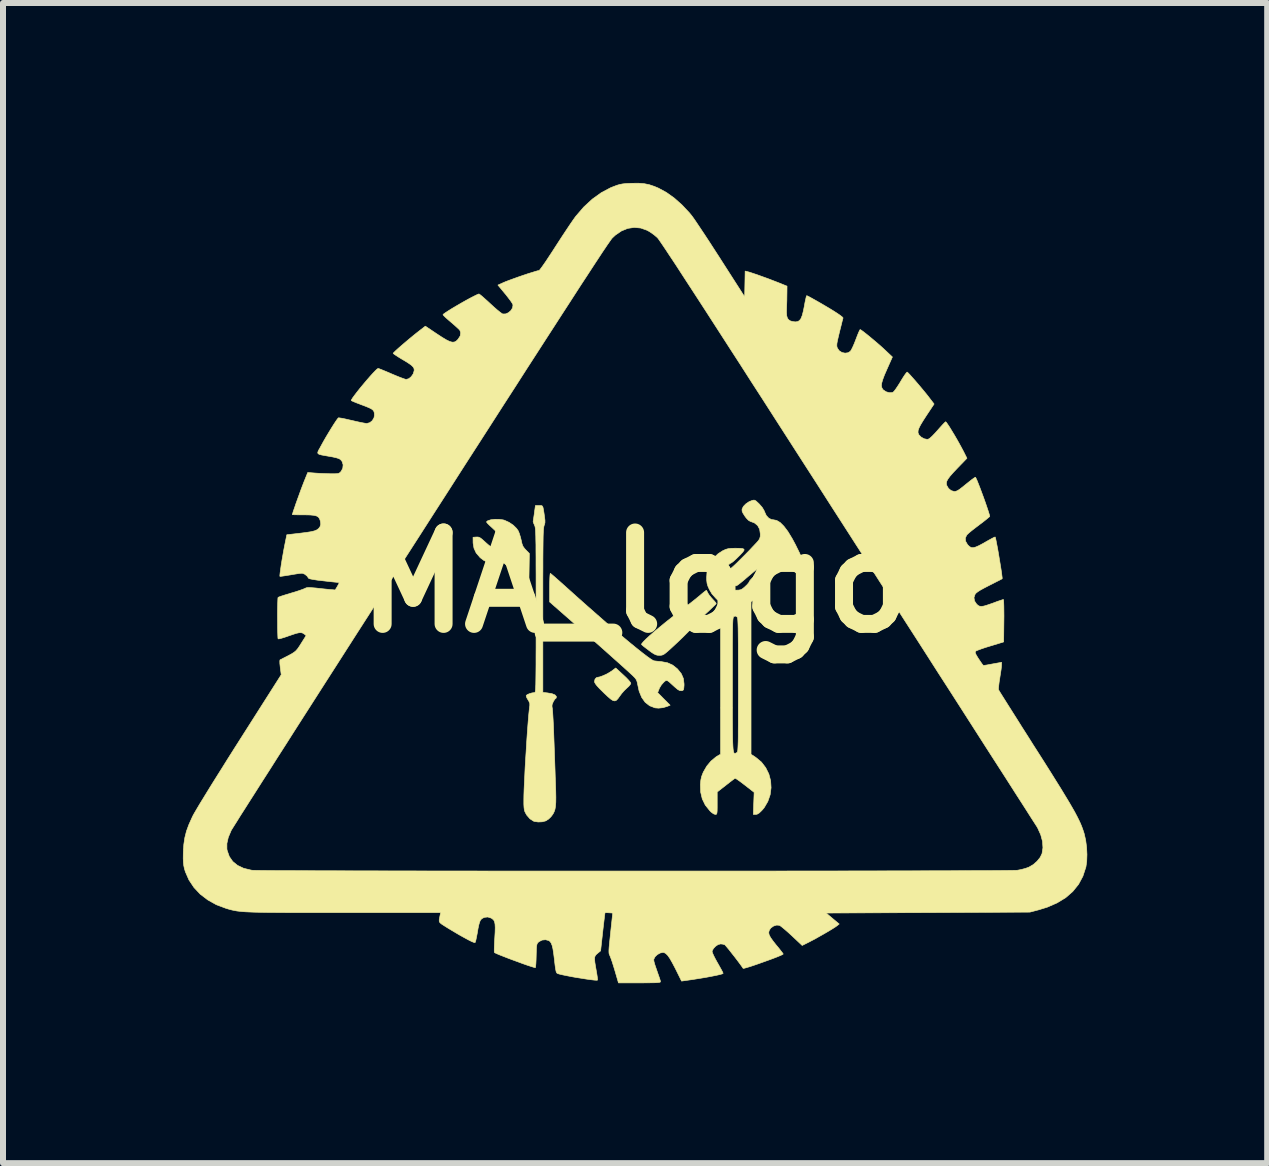
<source format=kicad_pcb>
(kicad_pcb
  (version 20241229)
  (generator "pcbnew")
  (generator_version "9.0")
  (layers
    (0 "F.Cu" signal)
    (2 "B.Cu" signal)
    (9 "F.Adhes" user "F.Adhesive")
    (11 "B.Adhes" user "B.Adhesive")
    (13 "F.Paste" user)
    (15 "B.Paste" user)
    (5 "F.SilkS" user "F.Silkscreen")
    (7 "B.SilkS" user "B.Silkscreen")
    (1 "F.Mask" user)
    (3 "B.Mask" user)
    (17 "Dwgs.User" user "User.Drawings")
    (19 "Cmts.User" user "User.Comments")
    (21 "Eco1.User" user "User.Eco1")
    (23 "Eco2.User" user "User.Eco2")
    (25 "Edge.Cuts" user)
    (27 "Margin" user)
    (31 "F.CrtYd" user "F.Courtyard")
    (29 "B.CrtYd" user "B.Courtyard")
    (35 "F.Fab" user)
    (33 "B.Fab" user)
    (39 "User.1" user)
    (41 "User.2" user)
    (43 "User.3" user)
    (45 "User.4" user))
  (footprint "MA_logo"
    (layer "F.Cu")
    (at 7.539 6.663)
    (property "Reference" "MA_logo" (at 0 0 0) (layer "F.SilkS") (effects (font (size 1.524 1.524) (thickness 0.3))))
    (attr through_hole)
    (fp_poly (pts (xy -0.197 1.54) (xy -0.148 1.586) (xy -0.108 1.628) (xy -0.081 1.661) (xy -0.071 1.679) (xy -0.071 1.679) (xy -0.081 1.701) (xy -0.107 1.732) (xy -0.134 1.756) (xy -0.177 1.797) (xy -0.223 1.849) (xy -0.255 1.892) (xy -0.285 1.934) (xy -0.311 1.962) (xy -0.337 1.973) (xy -0.367 1.968) (xy -0.404 1.945) (xy -0.452 1.904) (xy -0.516 1.844) (xy -0.529 1.831) (xy -0.592 1.769) (xy -0.635 1.722) (xy -0.662 1.687) (xy -0.675 1.662) (xy -0.677 1.65) (xy -0.668 1.61) (xy -0.644 1.585) (xy -0.626 1.58) (xy -0.59 1.573) (xy -0.54 1.555) (xy -0.483 1.53) (xy -0.429 1.5) (xy -0.387 1.473) (xy -0.323 1.424) (xy -0.197 1.54)) (stroke (width 0.01) (type solid)) (fill yes) (layer "F.SilkS"))
    (fp_poly (pts (xy -2.266 -1.054) (xy -2.2 -1.045) (xy -2.179 -1.039) (xy -2.102 -1.004) (xy -2.032 -0.957) (xy -1.976 -0.902) (xy -1.947 -0.86) (xy -1.929 -0.815) (xy -1.911 -0.756) (xy -1.898 -0.703) (xy -1.885 -0.645) (xy -1.869 -0.604) (xy -1.844 -0.569) (xy -1.821 -0.544) (xy -1.763 -0.485) (xy -1.767 -0.23) (xy -1.771 0.024) (xy -1.979 -0.15) (xy -2.187 -0.325) (xy -2.308 -0.325) (xy -2.396 -0.329) (xy -2.465 -0.342) (xy -2.522 -0.369) (xy -2.576 -0.41) (xy -2.587 -0.42) (xy -2.65 -0.494) (xy -2.686 -0.572) (xy -2.701 -0.659) (xy -2.701 -0.67) (xy -2.702 -0.755) (xy -2.65 -0.759) (xy -2.617 -0.759) (xy -2.588 -0.749) (xy -2.555 -0.725) (xy -2.53 -0.703) (xy -2.477 -0.655) (xy -2.44 -0.623) (xy -2.416 -0.605) (xy -2.398 -0.599) (xy -2.383 -0.601) (xy -2.366 -0.609) (xy -2.358 -0.613) (xy -2.311 -0.652) (xy -2.281 -0.709) (xy -2.272 -0.765) (xy -2.274 -0.789) (xy -2.285 -0.812) (xy -2.307 -0.84) (xy -2.345 -0.878) (xy -2.381 -0.912) (xy -2.429 -0.956) (xy -2.459 -0.986) (xy -2.474 -1.004) (xy -2.475 -1.016) (xy -2.465 -1.025) (xy -2.456 -1.03) (xy -2.405 -1.047) (xy -2.338 -1.055) (xy -2.266 -1.054)) (stroke (width 0.01) (type solid)) (fill yes) (layer "F.SilkS"))
    (fp_poly (pts (xy 1.198 0.144) (xy 1.213 0.173) (xy 1.214 0.176) (xy 1.236 0.21) (xy 1.269 0.251) (xy 1.295 0.28) (xy 1.327 0.314) (xy 1.347 0.34) (xy 1.352 0.352) (xy 1.341 0.365) (xy 1.312 0.393) (xy 1.27 0.433) (xy 1.219 0.482) (xy 1.192 0.506) (xy 1.129 0.566) (xy 1.066 0.628) (xy 1.01 0.687) (xy 0.966 0.734) (xy 0.96 0.742) (xy 0.924 0.782) (xy 0.872 0.835) (xy 0.809 0.898) (xy 0.741 0.964) (xy 0.677 1.024) (xy 0.607 1.089) (xy 0.554 1.137) (xy 0.515 1.17) (xy 0.485 1.193) (xy 0.462 1.205) (xy 0.442 1.211) (xy 0.421 1.213) (xy 0.407 1.213) (xy 0.373 1.212) (xy 0.344 1.204) (xy 0.31 1.187) (xy 0.266 1.158) (xy 0.229 1.13) (xy 0.18 1.093) (xy 0.14 1.062) (xy 0.114 1.039) (xy 0.107 1.033) (xy 0.113 1.016) (xy 0.14 0.984) (xy 0.185 0.939) (xy 0.247 0.882) (xy 0.323 0.816) (xy 0.413 0.741) (xy 0.513 0.659) (xy 0.622 0.573) (xy 0.738 0.484) (xy 0.761 0.466) (xy 0.839 0.407) (xy 0.917 0.347) (xy 0.988 0.291) (xy 1.047 0.243) (xy 1.09 0.208) (xy 1.09 0.207) (xy 1.133 0.171) (xy 1.167 0.144) (xy 1.187 0.13) (xy 1.19 0.129) (xy 1.198 0.144)) (stroke (width 0.01) (type solid)) (fill yes) (layer "F.SilkS"))
    (fp_poly (pts (xy -1.398 -0.142) (xy -1.367 -0.116) (xy -1.32 -0.075) (xy -1.262 -0.024) (xy -1.195 0.036) (xy -1.147 0.079) (xy -0.97 0.238) (xy -0.798 0.391) (xy -0.634 0.535) (xy -0.479 0.671) (xy -0.333 0.796) (xy -0.199 0.91) (xy -0.078 1.011) (xy 0.03 1.099) (xy 0.123 1.173) (xy 0.2 1.232) (xy 0.26 1.274) (xy 0.3 1.299) (xy 0.316 1.305) (xy 0.346 1.309) (xy 0.392 1.314) (xy 0.435 1.318) (xy 0.539 1.337) (xy 0.626 1.376) (xy 0.704 1.438) (xy 0.711 1.446) (xy 0.771 1.521) (xy 0.805 1.6) (xy 0.816 1.689) (xy 0.816 1.715) (xy 0.812 1.762) (xy 0.806 1.788) (xy 0.794 1.799) (xy 0.773 1.804) (xy 0.773 1.804) (xy 0.745 1.801) (xy 0.714 1.785) (xy 0.673 1.751) (xy 0.66 1.74) (xy 0.605 1.69) (xy 0.568 1.656) (xy 0.542 1.638) (xy 0.524 1.632) (xy 0.508 1.637) (xy 0.49 1.651) (xy 0.475 1.665) (xy 0.438 1.707) (xy 0.407 1.758) (xy 0.401 1.773) (xy 0.376 1.836) (xy 0.48 1.941) (xy 0.584 2.045) (xy 0.535 2.065) (xy 0.465 2.086) (xy 0.392 2.094) (xy 0.332 2.089) (xy 0.242 2.054) (xy 0.168 1.996) (xy 0.11 1.915) (xy 0.067 1.81) (xy 0.043 1.699) (xy 0.033 1.653) (xy 0.02 1.619) (xy -0.004 1.587) (xy -0.043 1.548) (xy -0.046 1.545) (xy -0.094 1.501) (xy -0.161 1.44) (xy -0.245 1.364) (xy -0.344 1.276) (xy -0.455 1.177) (xy -0.576 1.069) (xy -0.705 0.955) (xy -0.84 0.836) (xy -0.979 0.714) (xy -1.027 0.672) (xy -1.425 0.323) (xy -1.425 0.083) (xy -1.424 -0.004) (xy -1.422 -0.074) (xy -1.419 -0.124) (xy -1.415 -0.15) (xy -1.412 -0.153) (xy -1.398 -0.142)) (stroke (width 0.01) (type solid)) (fill yes) (layer "F.SilkS"))
    (fp_poly (pts (xy 1.993 -1.373) (xy 2.015 -1.361) (xy 2.045 -1.334) (xy 2.069 -1.311) (xy 2.121 -1.251) (xy 2.153 -1.196) (xy 2.158 -1.182) (xy 2.187 -1.118) (xy 2.229 -1.073) (xy 2.278 -1.049) (xy 2.304 -1.047) (xy 2.36 -1.036) (xy 2.419 -1.001) (xy 2.481 -0.939) (xy 2.547 -0.852) (xy 2.617 -0.737) (xy 2.671 -0.637) (xy 2.742 -0.493) (xy 2.798 -0.361) (xy 2.845 -0.232) (xy 2.886 -0.094) (xy 2.901 -0.039) (xy 2.917 0.031) (xy 2.925 0.077) (xy 2.923 0.106) (xy 2.91 0.121) (xy 2.885 0.126) (xy 2.863 0.127) (xy 2.84 0.123) (xy 2.823 0.109) (xy 2.806 0.077) (xy 2.793 0.046) (xy 2.728 -0.093) (xy 2.651 -0.211) (xy 2.604 -0.266) (xy 2.566 -0.311) (xy 2.535 -0.353) (xy 2.516 -0.383) (xy 2.515 -0.385) (xy 2.493 -0.419) (xy 2.465 -0.432) (xy 2.424 -0.426) (xy 2.387 -0.411) (xy 2.332 -0.388) (xy 2.269 -0.367) (xy 2.248 -0.361) (xy 2.22 -0.352) (xy 2.189 -0.337) (xy 2.152 -0.314) (xy 2.107 -0.283) (xy 2.051 -0.24) (xy 1.982 -0.183) (xy 1.897 -0.112) (xy 1.794 -0.024) (xy 1.792 -0.023) (xy 1.748 0.013) (xy 1.711 0.041) (xy 1.686 0.055) (xy 1.682 0.056) (xy 1.662 0.048) (xy 1.629 0.025) (xy 1.594 -0.004) (xy 1.555 -0.039) (xy 1.534 -0.065) (xy 1.526 -0.092) (xy 1.525 -0.12) (xy 1.527 -0.15) (xy 1.537 -0.175) (xy 1.558 -0.201) (xy 1.595 -0.235) (xy 1.61 -0.247) (xy 1.647 -0.28) (xy 1.699 -0.329) (xy 1.76 -0.39) (xy 1.828 -0.458) (xy 1.896 -0.527) (xy 1.96 -0.595) (xy 2.017 -0.655) (xy 2.054 -0.696) (xy 2.076 -0.729) (xy 2.087 -0.769) (xy 2.088 -0.809) (xy 2.077 -0.888) (xy 2.044 -0.95) (xy 1.989 -0.995) (xy 1.919 -1.021) (xy 1.889 -1.039) (xy 1.853 -1.077) (xy 1.83 -1.108) (xy 1.8 -1.155) (xy 1.785 -1.188) (xy 1.783 -1.216) (xy 1.785 -1.228) (xy 1.806 -1.27) (xy 1.847 -1.312) (xy 1.9 -1.348) (xy 1.944 -1.366) (xy 1.972 -1.374) (xy 1.993 -1.373)) (stroke (width 0.01) (type solid)) (fill yes) (layer "F.SilkS"))
    (fp_poly (pts (xy -1.558 -1.283) (xy -1.545 -1.274) (xy -1.536 -1.255) (xy -1.529 -1.221) (xy -1.52 -1.167) (xy -1.51 -1.097) (xy -1.503 -1.039) (xy -1.503 -0.998) (xy -1.512 -0.962) (xy -1.517 -0.951) (xy -1.52 -0.94) (xy -1.523 -0.923) (xy -1.526 -0.898) (xy -1.529 -0.865) (xy -1.531 -0.822) (xy -1.533 -0.766) (xy -1.534 -0.696) (xy -1.535 -0.611) (xy -1.536 -0.509) (xy -1.537 -0.387) (xy -1.537 -0.246) (xy -1.538 -0.082) (xy -1.538 0.106) (xy -1.538 0.32) (xy -1.538 0.465) (xy -1.538 1.831) (xy -1.461 1.84) (xy -1.385 1.853) (xy -1.336 1.873) (xy -1.314 1.898) (xy -1.312 1.907) (xy -1.318 1.929) (xy -1.325 1.933) (xy -1.338 1.945) (xy -1.357 1.974) (xy -1.366 1.991) (xy -1.385 2.039) (xy -1.385 2.074) (xy -1.383 2.082) (xy -1.379 2.104) (xy -1.375 2.15) (xy -1.371 2.217) (xy -1.366 2.301) (xy -1.361 2.399) (xy -1.357 2.507) (xy -1.355 2.564) (xy -1.35 2.695) (xy -1.345 2.837) (xy -1.34 2.982) (xy -1.335 3.121) (xy -1.331 3.248) (xy -1.327 3.352) (xy -1.323 3.479) (xy -1.321 3.581) (xy -1.322 3.662) (xy -1.327 3.727) (xy -1.335 3.778) (xy -1.349 3.82) (xy -1.367 3.856) (xy -1.391 3.89) (xy -1.406 3.908) (xy -1.442 3.943) (xy -1.483 3.97) (xy -1.491 3.974) (xy -1.549 3.989) (xy -1.616 3.992) (xy -1.678 3.983) (xy -1.693 3.978) (xy -1.753 3.939) (xy -1.807 3.877) (xy -1.825 3.845) (xy -1.839 3.817) (xy -1.847 3.787) (xy -1.852 3.749) (xy -1.855 3.695) (xy -1.855 3.62) (xy -1.855 3.619) (xy -1.854 3.547) (xy -1.851 3.455) (xy -1.846 3.346) (xy -1.84 3.224) (xy -1.834 3.093) (xy -1.826 2.956) (xy -1.817 2.817) (xy -1.809 2.679) (xy -1.8 2.546) (xy -1.791 2.421) (xy -1.782 2.308) (xy -1.774 2.211) (xy -1.766 2.132) (xy -1.76 2.076) (xy -1.756 2.053) (xy -1.756 2.015) (xy -1.773 1.975) (xy -1.785 1.956) (xy -1.806 1.92) (xy -1.815 1.891) (xy -1.815 1.883) (xy -1.797 1.868) (xy -1.762 1.853) (xy -1.719 1.84) (xy -1.679 1.835) (xy -1.676 1.835) (xy -1.672 1.833) (xy -1.668 1.829) (xy -1.665 1.819) (xy -1.662 1.803) (xy -1.66 1.779) (xy -1.658 1.744) (xy -1.656 1.698) (xy -1.655 1.639) (xy -1.654 1.565) (xy -1.653 1.474) (xy -1.652 1.365) (xy -1.652 1.236) (xy -1.651 1.086) (xy -1.651 0.913) (xy -1.651 0.715) (xy -1.651 0.49) (xy -1.651 0.465) (xy -1.651 0.238) (xy -1.651 0.037) (xy -1.651 -0.139) (xy -1.652 -0.293) (xy -1.652 -0.424) (xy -1.653 -0.536) (xy -1.653 -0.63) (xy -1.655 -0.708) (xy -1.656 -0.772) (xy -1.658 -0.822) (xy -1.66 -0.862) (xy -1.662 -0.892) (xy -1.665 -0.915) (xy -1.668 -0.932) (xy -1.672 -0.944) (xy -1.676 -0.954) (xy -1.677 -0.957) (xy -1.693 -0.993) (xy -1.7 -1.019) (xy -1.699 -1.023) (xy -1.696 -1.043) (xy -1.69 -1.083) (xy -1.682 -1.137) (xy -1.679 -1.161) (xy -1.662 -1.284) (xy -1.601 -1.284) (xy -1.575 -1.284) (xy -1.558 -1.283)) (stroke (width 0.01) (type solid)) (fill yes) (layer "F.SilkS"))
    (fp_poly (pts (xy 1.742 -0.571) (xy 1.791 -0.567) (xy 1.816 -0.556) (xy 1.816 -0.537) (xy 1.793 -0.505) (xy 1.749 -0.458) (xy 1.728 -0.437) (xy 1.682 -0.392) (xy 1.641 -0.355) (xy 1.611 -0.332) (xy 1.598 -0.325) (xy 1.579 -0.315) (xy 1.549 -0.289) (xy 1.512 -0.253) (xy 1.51 -0.25) (xy 1.474 -0.211) (xy 1.453 -0.181) (xy 1.443 -0.152) (xy 1.44 -0.113) (xy 1.44 -0.083) (xy 1.439 0.01) (xy 1.509 0.068) (xy 1.548 0.1) (xy 1.579 0.118) (xy 1.613 0.125) (xy 1.661 0.127) (xy 1.673 0.127) (xy 1.725 0.126) (xy 1.76 0.12) (xy 1.789 0.105) (xy 1.824 0.077) (xy 1.832 0.069) (xy 1.869 0.034) (xy 1.896 0.001) (xy 1.905 -0.018) (xy 1.918 -0.038) (xy 1.947 -0.069) (xy 1.985 -0.105) (xy 2.028 -0.143) (xy 2.071 -0.177) (xy 2.108 -0.204) (xy 2.133 -0.219) (xy 2.142 -0.219) (xy 2.147 -0.201) (xy 2.15 -0.163) (xy 2.152 -0.11) (xy 2.152 -0.093) (xy 2.15 -0.03) (xy 2.144 0.017) (xy 2.131 0.061) (xy 2.107 0.113) (xy 2.105 0.116) (xy 2.062 0.189) (xy 2.012 0.25) (xy 1.996 0.266) (xy 1.933 0.321) (xy 1.933 2.863) (xy 2.012 2.915) (xy 2.106 2.993) (xy 2.178 3.087) (xy 2.23 3.192) (xy 2.26 3.305) (xy 2.267 3.421) (xy 2.252 3.538) (xy 2.213 3.65) (xy 2.152 3.754) (xy 2.112 3.801) (xy 2.069 3.842) (xy 2.035 3.862) (xy 2.012 3.866) (xy 1.972 3.866) (xy 1.978 3.682) (xy 1.985 3.498) (xy 1.831 3.378) (xy 1.775 3.335) (xy 1.726 3.299) (xy 1.689 3.274) (xy 1.669 3.263) (xy 1.667 3.262) (xy 1.653 3.272) (xy 1.621 3.296) (xy 1.575 3.331) (xy 1.522 3.373) (xy 1.513 3.38) (xy 1.369 3.492) (xy 1.369 3.679) (xy 1.369 3.755) (xy 1.368 3.807) (xy 1.365 3.839) (xy 1.36 3.857) (xy 1.352 3.865) (xy 1.34 3.866) (xy 1.336 3.866) (xy 1.306 3.855) (xy 1.266 3.825) (xy 1.247 3.806) (xy 1.17 3.71) (xy 1.12 3.607) (xy 1.093 3.493) (xy 1.089 3.366) (xy 1.096 3.292) (xy 1.11 3.231) (xy 1.134 3.169) (xy 1.139 3.158) (xy 1.195 3.061) (xy 1.265 2.977) (xy 1.344 2.911) (xy 1.364 2.897) (xy 1.425 2.862) (xy 1.425 1.908) (xy 1.623 1.908) (xy 1.623 2.09) (xy 1.623 2.249) (xy 1.624 2.384) (xy 1.625 2.498) (xy 1.626 2.592) (xy 1.628 2.668) (xy 1.631 2.729) (xy 1.634 2.774) (xy 1.639 2.808) (xy 1.644 2.83) (xy 1.651 2.843) (xy 1.659 2.848) (xy 1.669 2.848) (xy 1.679 2.844) (xy 1.692 2.837) (xy 1.694 2.836) (xy 1.699 2.833) (xy 1.704 2.827) (xy 1.707 2.817) (xy 1.711 2.802) (xy 1.713 2.779) (xy 1.715 2.746) (xy 1.717 2.701) (xy 1.719 2.643) (xy 1.72 2.57) (xy 1.72 2.48) (xy 1.721 2.371) (xy 1.721 2.241) (xy 1.721 2.089) (xy 1.722 1.912) (xy 1.722 1.709) (xy 1.722 1.708) (xy 1.722 1.503) (xy 1.721 1.324) (xy 1.721 1.17) (xy 1.721 1.038) (xy 1.72 0.928) (xy 1.719 0.836) (xy 1.718 0.762) (xy 1.716 0.703) (xy 1.714 0.658) (xy 1.712 0.624) (xy 1.709 0.6) (xy 1.706 0.585) (xy 1.702 0.576) (xy 1.699 0.573) (xy 1.674 0.558) (xy 1.65 0.565) (xy 1.645 0.568) (xy 1.641 0.574) (xy 1.637 0.583) (xy 1.634 0.599) (xy 1.631 0.622) (xy 1.629 0.655) (xy 1.627 0.7) (xy 1.626 0.758) (xy 1.625 0.831) (xy 1.624 0.921) (xy 1.623 1.03) (xy 1.623 1.159) (xy 1.623 1.312) (xy 1.623 1.489) (xy 1.623 1.692) (xy 1.623 1.698) (xy 1.623 1.908) (xy 1.425 1.908) (xy 1.425 1.597) (xy 1.425 0.332) (xy 1.356 0.272) (xy 1.283 0.191) (xy 1.239 0.117) (xy 1.214 0.061) (xy 1.2 0.014) (xy 1.194 -0.037) (xy 1.193 -0.084) (xy 1.199 -0.175) (xy 1.215 -0.255) (xy 1.218 -0.265) (xy 1.256 -0.34) (xy 1.314 -0.415) (xy 1.385 -0.481) (xy 1.462 -0.531) (xy 1.465 -0.532) (xy 1.511 -0.553) (xy 1.553 -0.565) (xy 1.601 -0.57) (xy 1.665 -0.572) (xy 1.742 -0.571)) (stroke (width 0.01) (type solid)) (fill yes) (layer "F.SilkS"))
    (fp_poly (pts (xy 0.15 -6.651) (xy 0.235 -6.634) (xy 0.321 -6.605) (xy 0.39 -6.576) (xy 0.521 -6.505) (xy 0.654 -6.41) (xy 0.783 -6.295) (xy 0.906 -6.164) (xy 0.944 -6.117) (xy 0.967 -6.086) (xy 1.004 -6.033) (xy 1.051 -5.963) (xy 1.109 -5.876) (xy 1.175 -5.777) (xy 1.247 -5.667) (xy 1.323 -5.549) (xy 1.403 -5.426) (xy 1.425 -5.391) (xy 1.827 -4.764) (xy 1.835 -5.193) (xy 1.874 -5.184) (xy 1.913 -5.173) (xy 1.973 -5.153) (xy 2.047 -5.128) (xy 2.13 -5.098) (xy 2.216 -5.067) (xy 2.299 -5.035) (xy 2.374 -5.006) (xy 2.385 -5.002) (xy 2.533 -4.942) (xy 2.532 -4.838) (xy 2.531 -4.777) (xy 2.53 -4.7) (xy 2.527 -4.62) (xy 2.526 -4.586) (xy 2.524 -4.506) (xy 2.528 -4.449) (xy 2.539 -4.41) (xy 2.558 -4.383) (xy 2.587 -4.364) (xy 2.593 -4.361) (xy 2.631 -4.351) (xy 2.673 -4.346) (xy 2.711 -4.351) (xy 2.741 -4.369) (xy 2.766 -4.402) (xy 2.787 -4.455) (xy 2.806 -4.53) (xy 2.821 -4.605) (xy 2.833 -4.672) (xy 2.845 -4.727) (xy 2.854 -4.766) (xy 2.861 -4.783) (xy 2.861 -4.784) (xy 2.878 -4.777) (xy 2.915 -4.758) (xy 2.967 -4.729) (xy 3.031 -4.693) (xy 3.101 -4.653) (xy 3.174 -4.61) (xy 3.245 -4.568) (xy 3.31 -4.528) (xy 3.313 -4.526) (xy 3.372 -4.488) (xy 3.42 -4.455) (xy 3.453 -4.429) (xy 3.467 -4.413) (xy 3.467 -4.411) (xy 3.462 -4.393) (xy 3.451 -4.352) (xy 3.437 -4.294) (xy 3.419 -4.223) (xy 3.407 -4.175) (xy 3.387 -4.091) (xy 3.373 -4.03) (xy 3.365 -3.986) (xy 3.363 -3.955) (xy 3.365 -3.933) (xy 3.371 -3.913) (xy 3.372 -3.91) (xy 3.403 -3.865) (xy 3.449 -3.836) (xy 3.501 -3.825) (xy 3.552 -3.832) (xy 3.589 -3.856) (xy 3.606 -3.881) (xy 3.629 -3.927) (xy 3.655 -3.986) (xy 3.681 -4.053) (xy 3.681 -4.053) (xy 3.705 -4.116) (xy 3.726 -4.168) (xy 3.743 -4.204) (xy 3.752 -4.219) (xy 3.752 -4.219) (xy 3.768 -4.21) (xy 3.802 -4.186) (xy 3.848 -4.15) (xy 3.904 -4.105) (xy 3.965 -4.054) (xy 4.028 -4.001) (xy 4.088 -3.949) (xy 4.141 -3.901) (xy 4.173 -3.871) (xy 4.29 -3.761) (xy 4.199 -3.556) (xy 4.157 -3.46) (xy 4.129 -3.385) (xy 4.112 -3.327) (xy 4.107 -3.283) (xy 4.114 -3.249) (xy 4.13 -3.221) (xy 4.14 -3.211) (xy 4.183 -3.182) (xy 4.235 -3.166) (xy 4.284 -3.167) (xy 4.302 -3.174) (xy 4.32 -3.192) (xy 4.348 -3.229) (xy 4.383 -3.281) (xy 4.421 -3.341) (xy 4.427 -3.352) (xy 4.463 -3.411) (xy 4.495 -3.46) (xy 4.52 -3.494) (xy 4.535 -3.509) (xy 4.536 -3.509) (xy 4.551 -3.497) (xy 4.581 -3.466) (xy 4.621 -3.421) (xy 4.67 -3.366) (xy 4.723 -3.304) (xy 4.777 -3.24) (xy 4.829 -3.177) (xy 4.876 -3.119) (xy 4.902 -3.085) (xy 4.985 -2.977) (xy 4.856 -2.783) (xy 4.8 -2.696) (xy 4.759 -2.628) (xy 4.733 -2.576) (xy 4.719 -2.535) (xy 4.717 -2.502) (xy 4.726 -2.475) (xy 4.733 -2.462) (xy 4.77 -2.425) (xy 4.818 -2.398) (xy 4.867 -2.388) (xy 4.887 -2.39) (xy 4.913 -2.405) (xy 4.952 -2.44) (xy 5.002 -2.492) (xy 5.045 -2.54) (xy 5.091 -2.592) (xy 5.131 -2.636) (xy 5.161 -2.667) (xy 5.178 -2.681) (xy 5.179 -2.681) (xy 5.191 -2.669) (xy 5.213 -2.637) (xy 5.245 -2.589) (xy 5.282 -2.528) (xy 5.324 -2.459) (xy 5.366 -2.387) (xy 5.407 -2.314) (xy 5.444 -2.246) (xy 5.475 -2.188) (xy 5.533 -2.072) (xy 5.376 -1.91) (xy 5.305 -1.835) (xy 5.253 -1.776) (xy 5.218 -1.729) (xy 5.197 -1.691) (xy 5.19 -1.659) (xy 5.193 -1.63) (xy 5.195 -1.622) (xy 5.225 -1.57) (xy 5.27 -1.533) (xy 5.321 -1.518) (xy 5.325 -1.518) (xy 5.349 -1.522) (xy 5.377 -1.533) (xy 5.412 -1.556) (xy 5.46 -1.593) (xy 5.518 -1.64) (xy 5.573 -1.684) (xy 5.619 -1.72) (xy 5.654 -1.745) (xy 5.673 -1.756) (xy 5.675 -1.756) (xy 5.684 -1.74) (xy 5.702 -1.701) (xy 5.724 -1.646) (xy 5.751 -1.577) (xy 5.78 -1.499) (xy 5.81 -1.418) (xy 5.839 -1.337) (xy 5.865 -1.261) (xy 5.887 -1.195) (xy 5.903 -1.144) (xy 5.912 -1.111) (xy 5.913 -1.103) (xy 5.902 -1.092) (xy 5.872 -1.067) (xy 5.828 -1.031) (xy 5.772 -0.988) (xy 5.736 -0.961) (xy 5.673 -0.913) (xy 5.615 -0.868) (xy 5.569 -0.83) (xy 5.539 -0.802) (xy 5.531 -0.794) (xy 5.506 -0.743) (xy 5.51 -0.69) (xy 5.541 -0.636) (xy 5.547 -0.628) (xy 5.576 -0.6) (xy 5.604 -0.584) (xy 5.637 -0.581) (xy 5.679 -0.592) (xy 5.734 -0.616) (xy 5.807 -0.655) (xy 5.836 -0.672) (xy 5.896 -0.706) (xy 5.947 -0.734) (xy 5.984 -0.753) (xy 6.002 -0.76) (xy 6.003 -0.76) (xy 6.009 -0.743) (xy 6.018 -0.703) (xy 6.029 -0.645) (xy 6.043 -0.573) (xy 6.057 -0.493) (xy 6.071 -0.408) (xy 6.085 -0.323) (xy 6.098 -0.243) (xy 6.109 -0.172) (xy 6.116 -0.115) (xy 6.121 -0.077) (xy 6.12 -0.063) (xy 6.107 -0.056) (xy 6.073 -0.038) (xy 6.023 -0.013) (xy 5.959 0.02) (xy 5.905 0.047) (xy 5.82 0.091) (xy 5.758 0.125) (xy 5.714 0.153) (xy 5.685 0.176) (xy 5.668 0.197) (xy 5.668 0.197) (xy 5.65 0.252) (xy 5.66 0.308) (xy 5.694 0.359) (xy 5.718 0.381) (xy 5.743 0.394) (xy 5.774 0.398) (xy 5.816 0.392) (xy 5.872 0.375) (xy 5.949 0.349) (xy 5.979 0.338) (xy 6.04 0.315) (xy 6.091 0.298) (xy 6.127 0.286) (xy 6.141 0.282) (xy 6.144 0.296) (xy 6.146 0.334) (xy 6.148 0.393) (xy 6.149 0.469) (xy 6.15 0.558) (xy 6.149 0.636) (xy 6.145 0.99) (xy 5.922 1.058) (xy 5.846 1.081) (xy 5.778 1.104) (xy 5.724 1.124) (xy 5.689 1.138) (xy 5.679 1.145) (xy 5.671 1.157) (xy 5.673 1.175) (xy 5.686 1.204) (xy 5.712 1.248) (xy 5.729 1.274) (xy 5.761 1.322) (xy 5.787 1.359) (xy 5.805 1.38) (xy 5.81 1.383) (xy 5.827 1.38) (xy 5.867 1.374) (xy 5.921 1.364) (xy 5.965 1.356) (xy 6.11 1.33) (xy 6.11 1.372) (xy 6.108 1.403) (xy 6.102 1.454) (xy 6.092 1.518) (xy 6.081 1.589) (xy 6.081 1.591) (xy 6.07 1.659) (xy 6.063 1.718) (xy 6.059 1.763) (xy 6.059 1.786) (xy 6.059 1.786) (xy 6.068 1.801) (xy 6.09 1.838) (xy 6.126 1.895) (xy 6.173 1.97) (xy 6.231 2.062) (xy 6.298 2.168) (xy 6.374 2.288) (xy 6.456 2.419) (xy 6.545 2.558) (xy 6.638 2.706) (xy 6.683 2.776) (xy 6.808 2.972) (xy 6.918 3.146) (xy 7.014 3.3) (xy 7.099 3.436) (xy 7.171 3.555) (xy 7.234 3.659) (xy 7.287 3.75) (xy 7.332 3.829) (xy 7.369 3.899) (xy 7.4 3.961) (xy 7.426 4.017) (xy 7.447 4.068) (xy 7.465 4.117) (xy 7.481 4.165) (xy 7.487 4.184) (xy 7.512 4.293) (xy 7.528 4.413) (xy 7.534 4.535) (xy 7.53 4.649) (xy 7.516 4.746) (xy 7.515 4.747) (xy 7.466 4.897) (xy 7.394 5.031) (xy 7.298 5.15) (xy 7.179 5.254) (xy 7.036 5.341) (xy 6.871 5.413) (xy 6.728 5.457) (xy 6.583 5.495) (xy 4.884 5.503) (xy 3.185 5.51) (xy 3.294 5.602) (xy 3.403 5.693) (xy 3.37 5.72) (xy 3.338 5.743) (xy 3.286 5.776) (xy 3.22 5.816) (xy 3.146 5.859) (xy 3.068 5.903) (xy 2.994 5.945) (xy 2.926 5.98) (xy 2.91 5.989) (xy 2.786 6.051) (xy 2.615 5.89) (xy 2.555 5.835) (xy 2.5 5.787) (xy 2.453 5.748) (xy 2.42 5.723) (xy 2.407 5.715) (xy 2.36 5.711) (xy 2.309 5.727) (xy 2.265 5.758) (xy 2.253 5.773) (xy 2.234 5.806) (xy 2.228 5.839) (xy 2.236 5.876) (xy 2.26 5.921) (xy 2.301 5.978) (xy 2.349 6.039) (xy 2.394 6.093) (xy 2.431 6.14) (xy 2.457 6.174) (xy 2.469 6.192) (xy 2.469 6.194) (xy 2.457 6.203) (xy 2.422 6.219) (xy 2.369 6.241) (xy 2.302 6.267) (xy 2.226 6.295) (xy 2.145 6.324) (xy 2.064 6.353) (xy 1.986 6.38) (xy 1.917 6.403) (xy 1.86 6.42) (xy 1.82 6.431) (xy 1.802 6.433) (xy 1.801 6.432) (xy 1.777 6.397) (xy 1.742 6.349) (xy 1.7 6.293) (xy 1.654 6.233) (xy 1.608 6.175) (xy 1.566 6.121) (xy 1.53 6.078) (xy 1.505 6.049) (xy 1.495 6.039) (xy 1.462 6.029) (xy 1.425 6.025) (xy 1.384 6.036) (xy 1.342 6.064) (xy 1.307 6.101) (xy 1.286 6.139) (xy 1.284 6.153) (xy 1.291 6.177) (xy 1.31 6.22) (xy 1.338 6.275) (xy 1.372 6.337) (xy 1.376 6.343) (xy 1.41 6.404) (xy 1.439 6.456) (xy 1.459 6.494) (xy 1.467 6.514) (xy 1.468 6.515) (xy 1.454 6.524) (xy 1.416 6.535) (xy 1.355 6.549) (xy 1.275 6.565) (xy 1.179 6.583) (xy 1.07 6.601) (xy 0.95 6.62) (xy 0.823 6.638) (xy 0.822 6.638) (xy 0.775 6.645) (xy 0.671 6.435) (xy 0.621 6.34) (xy 0.58 6.268) (xy 0.545 6.218) (xy 0.513 6.186) (xy 0.484 6.17) (xy 0.463 6.167) (xy 0.417 6.177) (xy 0.371 6.203) (xy 0.333 6.239) (xy 0.313 6.278) (xy 0.311 6.292) (xy 0.315 6.32) (xy 0.328 6.367) (xy 0.348 6.426) (xy 0.367 6.481) (xy 0.389 6.544) (xy 0.408 6.598) (xy 0.42 6.637) (xy 0.423 6.654) (xy 0.42 6.661) (xy 0.406 6.666) (xy 0.38 6.669) (xy 0.338 6.672) (xy 0.278 6.673) (xy 0.196 6.674) (xy 0.089 6.675) (xy 0.073 6.675) (xy -0.277 6.675) (xy -0.338 6.466) (xy -0.361 6.391) (xy -0.383 6.321) (xy -0.403 6.265) (xy -0.418 6.226) (xy -0.422 6.217) (xy -0.429 6.202) (xy -0.434 6.185) (xy -0.436 6.162) (xy -0.436 6.128) (xy -0.433 6.081) (xy -0.427 6.017) (xy -0.418 5.931) (xy -0.409 5.843) (xy -0.373 5.51) (xy -0.435 5.506) (xy -0.473 5.504) (xy -0.498 5.505) (xy -0.501 5.506) (xy -0.504 5.521) (xy -0.509 5.559) (xy -0.516 5.618) (xy -0.525 5.693) (xy -0.535 5.779) (xy -0.54 5.825) (xy -0.575 6.141) (xy -0.626 6.183) (xy -0.649 6.203) (xy -0.665 6.224) (xy -0.674 6.248) (xy -0.675 6.283) (xy -0.671 6.331) (xy -0.66 6.399) (xy -0.649 6.462) (xy -0.638 6.526) (xy -0.63 6.579) (xy -0.626 6.615) (xy -0.627 6.629) (xy -0.644 6.631) (xy -0.685 6.628) (xy -0.743 6.621) (xy -0.815 6.611) (xy -0.895 6.598) (xy -0.98 6.585) (xy -1.063 6.57) (xy -1.14 6.555) (xy -1.208 6.541) (xy -1.259 6.529) (xy -1.289 6.52) (xy -1.301 6.514) (xy -1.31 6.502) (xy -1.318 6.481) (xy -1.325 6.445) (xy -1.333 6.392) (xy -1.342 6.316) (xy -1.345 6.286) (xy -1.358 6.184) (xy -1.37 6.106) (xy -1.384 6.049) (xy -1.4 6.01) (xy -1.419 5.984) (xy -1.439 5.969) (xy -1.493 5.955) (xy -1.551 5.961) (xy -1.602 5.987) (xy -1.604 5.989) (xy -1.62 6.003) (xy -1.631 6.018) (xy -1.638 6.038) (xy -1.643 6.068) (xy -1.646 6.115) (xy -1.648 6.182) (xy -1.649 6.222) (xy -1.651 6.293) (xy -1.654 6.353) (xy -1.658 6.397) (xy -1.662 6.419) (xy -1.663 6.421) (xy -1.686 6.416) (xy -1.731 6.402) (xy -1.793 6.382) (xy -1.867 6.356) (xy -1.948 6.326) (xy -2.033 6.295) (xy -2.116 6.264) (xy -2.193 6.234) (xy -2.259 6.208) (xy -2.309 6.187) (xy -2.34 6.172) (xy -2.345 6.168) (xy -2.348 6.152) (xy -2.348 6.112) (xy -2.346 6.054) (xy -2.343 5.983) (xy -2.34 5.931) (xy -2.334 5.83) (xy -2.332 5.753) (xy -2.335 5.697) (xy -2.343 5.656) (xy -2.358 5.627) (xy -2.38 5.607) (xy -2.4 5.594) (xy -2.456 5.576) (xy -2.511 5.582) (xy -2.54 5.595) (xy -2.561 5.609) (xy -2.578 5.629) (xy -2.592 5.66) (xy -2.605 5.705) (xy -2.619 5.771) (xy -2.632 5.849) (xy -2.644 5.91) (xy -2.654 5.96) (xy -2.664 5.993) (xy -2.668 6.003) (xy -2.685 6.001) (xy -2.723 5.986) (xy -2.779 5.958) (xy -2.851 5.919) (xy -2.937 5.871) (xy -3.033 5.814) (xy -3.123 5.76) (xy -3.185 5.721) (xy -3.228 5.693) (xy -3.254 5.671) (xy -3.265 5.649) (xy -3.266 5.623) (xy -3.259 5.586) (xy -3.251 5.546) (xy -3.242 5.503) (xy -4.858 5.503) (xy -5.114 5.503) (xy -5.343 5.503) (xy -5.548 5.503) (xy -5.729 5.503) (xy -5.889 5.502) (xy -6.03 5.501) (xy -6.152 5.5) (xy -6.257 5.498) (xy -6.348 5.496) (xy -6.426 5.493) (xy -6.492 5.49) (xy -6.549 5.486) (xy -6.597 5.481) (xy -6.639 5.476) (xy -6.677 5.469) (xy -6.711 5.462) (xy -6.744 5.454) (xy -6.777 5.445) (xy -6.813 5.434) (xy -6.823 5.431) (xy -6.981 5.372) (xy -7.124 5.292) (xy -7.25 5.196) (xy -7.355 5.084) (xy -7.439 4.958) (xy -7.499 4.821) (xy -7.514 4.77) (xy -7.525 4.72) (xy -7.531 4.667) (xy -7.534 4.603) (xy -7.533 4.52) (xy -7.532 4.487) (xy -7.524 4.363) (xy -7.522 4.351) (xy -6.806 4.351) (xy -6.806 4.444) (xy -6.801 4.468) (xy -6.766 4.568) (xy -6.708 4.651) (xy -6.628 4.716) (xy -6.527 4.764) (xy -6.404 4.794) (xy -6.385 4.797) (xy -6.363 4.798) (xy -6.315 4.799) (xy -6.24 4.8) (xy -6.14 4.801) (xy -6.016 4.802) (xy -5.87 4.803) (xy -5.702 4.803) (xy -5.513 4.804) (xy -5.305 4.805) (xy -5.079 4.805) (xy -4.836 4.806) (xy -4.576 4.807) (xy -4.302 4.807) (xy -4.013 4.808) (xy -3.712 4.808) (xy -3.399 4.809) (xy -3.075 4.809) (xy -2.742 4.809) (xy -2.401 4.81) (xy -2.052 4.81) (xy -1.697 4.81) (xy -1.337 4.81) (xy -0.973 4.81) (xy -0.606 4.81) (xy -0.238 4.81) (xy 0.132 4.81) (xy 0.501 4.81) (xy 0.868 4.81) (xy 1.233 4.81) (xy 1.594 4.81) (xy 1.95 4.81) (xy 2.301 4.81) (xy 2.644 4.809) (xy 2.98 4.809) (xy 3.306 4.809) (xy 3.621 4.808) (xy 3.926 4.808) (xy 4.218 4.807) (xy 4.496 4.807) (xy 4.759 4.806) (xy 5.007 4.805) (xy 5.238 4.805) (xy 5.45 4.804) (xy 5.644 4.803) (xy 5.817 4.803) (xy 5.969 4.802) (xy 6.099 4.801) (xy 6.205 4.8) (xy 6.286 4.799) (xy 6.342 4.798) (xy 6.371 4.797) (xy 6.374 4.797) (xy 6.441 4.784) (xy 6.511 4.765) (xy 6.566 4.745) (xy 6.638 4.703) (xy 6.702 4.647) (xy 6.754 4.583) (xy 6.785 4.519) (xy 6.8 4.422) (xy 6.793 4.315) (xy 6.763 4.204) (xy 6.713 4.094) (xy 6.7 4.071) (xy 6.689 4.054) (xy 6.664 4.015) (xy 6.624 3.953) (xy 6.571 3.87) (xy 6.505 3.766) (xy 6.426 3.643) (xy 6.334 3.5) (xy 6.232 3.34) (xy 6.118 3.162) (xy 5.993 2.968) (xy 5.858 2.758) (xy 5.714 2.533) (xy 5.561 2.294) (xy 5.399 2.041) (xy 5.229 1.776) (xy 5.051 1.5) (xy 4.867 1.212) (xy 4.676 0.914) (xy 4.479 0.608) (xy 4.277 0.292) (xy 4.069 -0.031) (xy 3.858 -0.361) (xy 3.642 -0.697) (xy 3.551 -0.839) (xy 3.277 -1.265) (xy 3.019 -1.668) (xy 2.775 -2.047) (xy 2.545 -2.405) (xy 2.329 -2.741) (xy 2.127 -3.056) (xy 1.937 -3.35) (xy 1.761 -3.625) (xy 1.596 -3.88) (xy 1.444 -4.116) (xy 1.304 -4.333) (xy 1.175 -4.533) (xy 1.057 -4.715) (xy 0.949 -4.881) (xy 0.852 -5.03) (xy 0.765 -5.164) (xy 0.688 -5.283) (xy 0.62 -5.386) (xy 0.56 -5.476) (xy 0.51 -5.552) (xy 0.467 -5.616) (xy 0.433 -5.666) (xy 0.406 -5.705) (xy 0.386 -5.733) (xy 0.373 -5.749) (xy 0.369 -5.753) (xy 0.315 -5.799) (xy 0.251 -5.844) (xy 0.201 -5.873) (xy 0.094 -5.911) (xy -0.015 -5.921) (xy -0.123 -5.905) (xy -0.228 -5.862) (xy -0.329 -5.793) (xy -0.378 -5.747) (xy -0.389 -5.735) (xy -0.405 -5.713) (xy -0.428 -5.68) (xy -0.459 -5.636) (xy -0.496 -5.581) (xy -0.542 -5.513) (xy -0.595 -5.432) (xy -0.657 -5.338) (xy -0.727 -5.231) (xy -0.807 -5.108) (xy -0.897 -4.971) (xy -0.996 -4.818) (xy -1.105 -4.649) (xy -1.225 -4.464) (xy -1.356 -4.261) (xy -1.499 -4.04) (xy -1.653 -3.801) (xy -1.819 -3.544) (xy -1.997 -3.266) (xy -2.189 -2.969) (xy -2.393 -2.651) (xy -2.611 -2.312) (xy -2.843 -1.952) (xy -3.088 -1.569) (xy -3.349 -1.163) (xy -3.57 -0.818) (xy -3.788 -0.479) (xy -4.002 -0.146) (xy -4.211 0.181) (xy -4.416 0.501) (xy -4.616 0.812) (xy -4.81 1.115) (xy -4.998 1.409) (xy -5.179 1.691) (xy -5.353 1.963) (xy -5.519 2.222) (xy -5.677 2.469) (xy -5.825 2.702) (xy -5.965 2.92) (xy -6.094 3.124) (xy -6.214 3.311) (xy -6.322 3.481) (xy -6.419 3.633) (xy -6.504 3.767) (xy -6.577 3.881) (xy -6.636 3.976) (xy -6.682 4.049) (xy -6.714 4.1) (xy -6.732 4.129) (xy -6.735 4.135) (xy -6.783 4.249) (xy -6.806 4.351) (xy -7.522 4.351) (xy -7.507 4.252) (xy -7.48 4.145) (xy -7.44 4.036) (xy -7.385 3.914) (xy -7.369 3.881) (xy -7.349 3.845) (xy -7.315 3.787) (xy -7.269 3.709) (xy -7.211 3.614) (xy -7.143 3.503) (xy -7.066 3.378) (xy -6.981 3.242) (xy -6.889 3.096) (xy -6.793 2.942) (xy -6.692 2.782) (xy -6.594 2.628) (xy -5.9 1.537) (xy -5.916 1.415) (xy -5.923 1.351) (xy -5.924 1.307) (xy -5.92 1.289) (xy -5.919 1.288) (xy -5.901 1.28) (xy -5.865 1.261) (xy -5.816 1.236) (xy -5.779 1.217) (xy -5.724 1.187) (xy -5.685 1.162) (xy -5.655 1.137) (xy -5.627 1.105) (xy -5.596 1.06) (xy -5.569 1.017) (xy -5.485 0.884) (xy -5.517 0.858) (xy -5.541 0.843) (xy -5.569 0.835) (xy -5.605 0.837) (xy -5.654 0.848) (xy -5.72 0.87) (xy -5.781 0.891) (xy -5.844 0.913) (xy -5.897 0.929) (xy -5.934 0.938) (xy -5.952 0.939) (xy -5.952 0.939) (xy -5.955 0.923) (xy -5.957 0.883) (xy -5.959 0.824) (xy -5.961 0.751) (xy -5.961 0.67) (xy -5.962 0.584) (xy -5.962 0.498) (xy -5.961 0.418) (xy -5.959 0.348) (xy -5.957 0.293) (xy -5.955 0.258) (xy -5.952 0.247) (xy -5.936 0.24) (xy -5.898 0.226) (xy -5.842 0.208) (xy -5.774 0.188) (xy -5.737 0.176) (xy -5.662 0.154) (xy -5.595 0.132) (xy -5.542 0.113) (xy -5.507 0.099) (xy -5.499 0.095) (xy -5.484 0.088) (xy -5.464 0.084) (xy -5.433 0.083) (xy -5.387 0.086) (xy -5.323 0.091) (xy -5.236 0.101) (xy -5.159 0.109) (xy -5.092 0.116) (xy -5.04 0.12) (xy -5.009 0.123) (xy -5.001 0.123) (xy -4.982 0.094) (xy -4.962 0.06) (xy -4.944 0.027) (xy -4.935 0.005) (xy -4.935 -0.00013) (xy -4.952 -0.002) (xy -4.992 -0.006) (xy -5.051 -0.012) (xy -5.124 -0.02) (xy -5.193 -0.028) (xy -5.297 -0.04) (xy -5.373 -0.052) (xy -5.423 -0.062) (xy -5.444 -0.071) (xy -5.445 -0.073) (xy -5.469 -0.108) (xy -5.507 -0.139) (xy -5.548 -0.155) (xy -5.557 -0.155) (xy -5.587 -0.153) (xy -5.637 -0.146) (xy -5.7 -0.136) (xy -5.757 -0.126) (xy -5.82 -0.116) (xy -5.873 -0.108) (xy -5.909 -0.103) (xy -5.922 -0.103) (xy -5.923 -0.12) (xy -5.919 -0.159) (xy -5.911 -0.217) (xy -5.901 -0.289) (xy -5.888 -0.37) (xy -5.873 -0.456) (xy -5.858 -0.541) (xy -5.844 -0.614) (xy -5.807 -0.797) (xy -5.581 -0.823) (xy -5.479 -0.836) (xy -5.402 -0.848) (xy -5.345 -0.862) (xy -5.305 -0.879) (xy -5.277 -0.9) (xy -5.257 -0.926) (xy -5.252 -0.935) (xy -5.241 -0.972) (xy -5.246 -1.015) (xy -5.249 -1.03) (xy -5.262 -1.066) (xy -5.281 -1.092) (xy -5.311 -1.11) (xy -5.356 -1.121) (xy -5.419 -1.127) (xy -5.506 -1.129) (xy -5.531 -1.129) (xy -5.599 -1.129) (xy -5.656 -1.13) (xy -5.696 -1.131) (xy -5.714 -1.133) (xy -5.715 -1.133) (xy -5.71 -1.151) (xy -5.698 -1.191) (xy -5.678 -1.248) (xy -5.655 -1.316) (xy -5.628 -1.391) (xy -5.6 -1.468) (xy -5.573 -1.543) (xy -5.548 -1.609) (xy -5.527 -1.663) (xy -5.525 -1.669) (xy -5.458 -1.835) (xy -5.329 -1.825) (xy -5.25 -1.82) (xy -5.16 -1.817) (xy -5.078 -1.814) (xy -5.068 -1.814) (xy -5.006 -1.814) (xy -4.966 -1.816) (xy -4.94 -1.822) (xy -4.921 -1.833) (xy -4.904 -1.851) (xy -4.902 -1.853) (xy -4.874 -1.905) (xy -4.868 -1.963) (xy -4.885 -2.018) (xy -4.9 -2.038) (xy -4.919 -2.056) (xy -4.945 -2.069) (xy -4.984 -2.081) (xy -5.041 -2.094) (xy -5.087 -2.102) (xy -5.172 -2.117) (xy -5.232 -2.128) (xy -5.27 -2.139) (xy -5.288 -2.152) (xy -5.291 -2.172) (xy -5.279 -2.202) (xy -5.255 -2.244) (xy -5.234 -2.283) (xy -5.196 -2.352) (xy -5.153 -2.427) (xy -5.108 -2.502) (xy -5.064 -2.574) (xy -5.024 -2.638) (xy -4.989 -2.691) (xy -4.963 -2.728) (xy -4.947 -2.746) (xy -4.946 -2.747) (xy -4.927 -2.745) (xy -4.887 -2.739) (xy -4.829 -2.727) (xy -4.76 -2.711) (xy -4.723 -2.703) (xy -4.646 -2.685) (xy -4.577 -2.67) (xy -4.519 -2.659) (xy -4.481 -2.653) (xy -4.472 -2.653) (xy -4.423 -2.666) (xy -4.382 -2.699) (xy -4.354 -2.745) (xy -4.346 -2.785) (xy -4.347 -2.821) (xy -4.353 -2.849) (xy -4.367 -2.872) (xy -4.393 -2.893) (xy -4.434 -2.914) (xy -4.494 -2.939) (xy -4.578 -2.97) (xy -4.581 -2.972) (xy -4.64 -2.994) (xy -4.689 -3.014) (xy -4.722 -3.029) (xy -4.733 -3.035) (xy -4.728 -3.049) (xy -4.708 -3.081) (xy -4.675 -3.126) (xy -4.632 -3.182) (xy -4.582 -3.245) (xy -4.528 -3.31) (xy -4.473 -3.375) (xy -4.42 -3.436) (xy -4.371 -3.49) (xy -4.33 -3.533) (xy -4.301 -3.56) (xy -4.285 -3.57) (xy -4.267 -3.565) (xy -4.228 -3.55) (xy -4.172 -3.527) (xy -4.105 -3.499) (xy -4.057 -3.478) (xy -3.983 -3.447) (xy -3.918 -3.421) (xy -3.864 -3.401) (xy -3.828 -3.389) (xy -3.817 -3.387) (xy -3.773 -3.399) (xy -3.732 -3.433) (xy -3.7 -3.479) (xy -3.684 -3.531) (xy -3.683 -3.546) (xy -3.687 -3.571) (xy -3.701 -3.595) (xy -3.729 -3.623) (xy -3.774 -3.655) (xy -3.839 -3.696) (xy -3.887 -3.724) (xy -3.944 -3.759) (xy -3.99 -3.789) (xy -4.022 -3.811) (xy -4.033 -3.823) (xy -4.033 -3.824) (xy -4.02 -3.838) (xy -3.99 -3.867) (xy -3.945 -3.908) (xy -3.89 -3.956) (xy -3.828 -4.009) (xy -3.765 -4.062) (xy -3.702 -4.114) (xy -3.645 -4.16) (xy -3.622 -4.178) (xy -3.497 -4.275) (xy -3.305 -4.146) (xy -3.216 -4.088) (xy -3.146 -4.046) (xy -3.092 -4.02) (xy -3.049 -4.008) (xy -3.014 -4.01) (xy -2.984 -4.025) (xy -2.956 -4.052) (xy -2.952 -4.056) (xy -2.916 -4.112) (xy -2.908 -4.165) (xy -2.92 -4.203) (xy -2.935 -4.221) (xy -2.968 -4.252) (xy -3.013 -4.293) (xy -3.066 -4.338) (xy -3.068 -4.34) (xy -3.119 -4.384) (xy -3.162 -4.422) (xy -3.191 -4.451) (xy -3.203 -4.466) (xy -3.203 -4.466) (xy -3.191 -4.479) (xy -3.158 -4.502) (xy -3.109 -4.534) (xy -3.048 -4.572) (xy -2.977 -4.614) (xy -2.903 -4.657) (xy -2.829 -4.699) (xy -2.758 -4.738) (xy -2.696 -4.77) (xy -2.646 -4.795) (xy -2.613 -4.809) (xy -2.603 -4.812) (xy -2.588 -4.802) (xy -2.556 -4.777) (xy -2.512 -4.738) (xy -2.458 -4.69) (xy -2.415 -4.65) (xy -2.355 -4.595) (xy -2.3 -4.547) (xy -2.253 -4.509) (xy -2.22 -4.485) (xy -2.206 -4.478) (xy -2.158 -4.479) (xy -2.111 -4.5) (xy -2.07 -4.536) (xy -2.043 -4.58) (xy -2.036 -4.626) (xy -2.038 -4.636) (xy -2.05 -4.659) (xy -2.076 -4.698) (xy -2.114 -4.748) (xy -2.158 -4.805) (xy -2.167 -4.815) (xy -2.287 -4.96) (xy -2.205 -4.997) (xy -2.161 -5.016) (xy -2.101 -5.039) (xy -2.03 -5.065) (xy -1.952 -5.093) (xy -1.871 -5.121) (xy -1.794 -5.147) (xy -1.723 -5.169) (xy -1.665 -5.187) (xy -1.623 -5.199) (xy -1.602 -5.202) (xy -1.602 -5.202) (xy -1.591 -5.212) (xy -1.567 -5.243) (xy -1.531 -5.293) (xy -1.486 -5.358) (xy -1.434 -5.437) (xy -1.376 -5.525) (xy -1.333 -5.592) (xy -1.267 -5.694) (xy -1.202 -5.794) (xy -1.14 -5.887) (xy -1.084 -5.971) (xy -1.036 -6.041) (xy -0.999 -6.093) (xy -0.986 -6.11) (xy -0.855 -6.262) (xy -0.713 -6.393) (xy -0.563 -6.501) (xy -0.408 -6.583) (xy -0.36 -6.602) (xy -0.302 -6.624) (xy -0.254 -6.638) (xy -0.206 -6.647) (xy -0.15 -6.653) (xy -0.077 -6.656) (xy -0.056 -6.657) (xy 0.056 -6.658) (xy 0.15 -6.651)) (stroke (width 0.01) (type solid)) (fill yes) (layer "F.SilkS")))
  (gr_rect
    (start -3 -3)
    (end 18.078 16.343)
    (stroke (width 0.1) (type default))
    (fill no)
    (layer "Edge.Cuts")))
</source>
